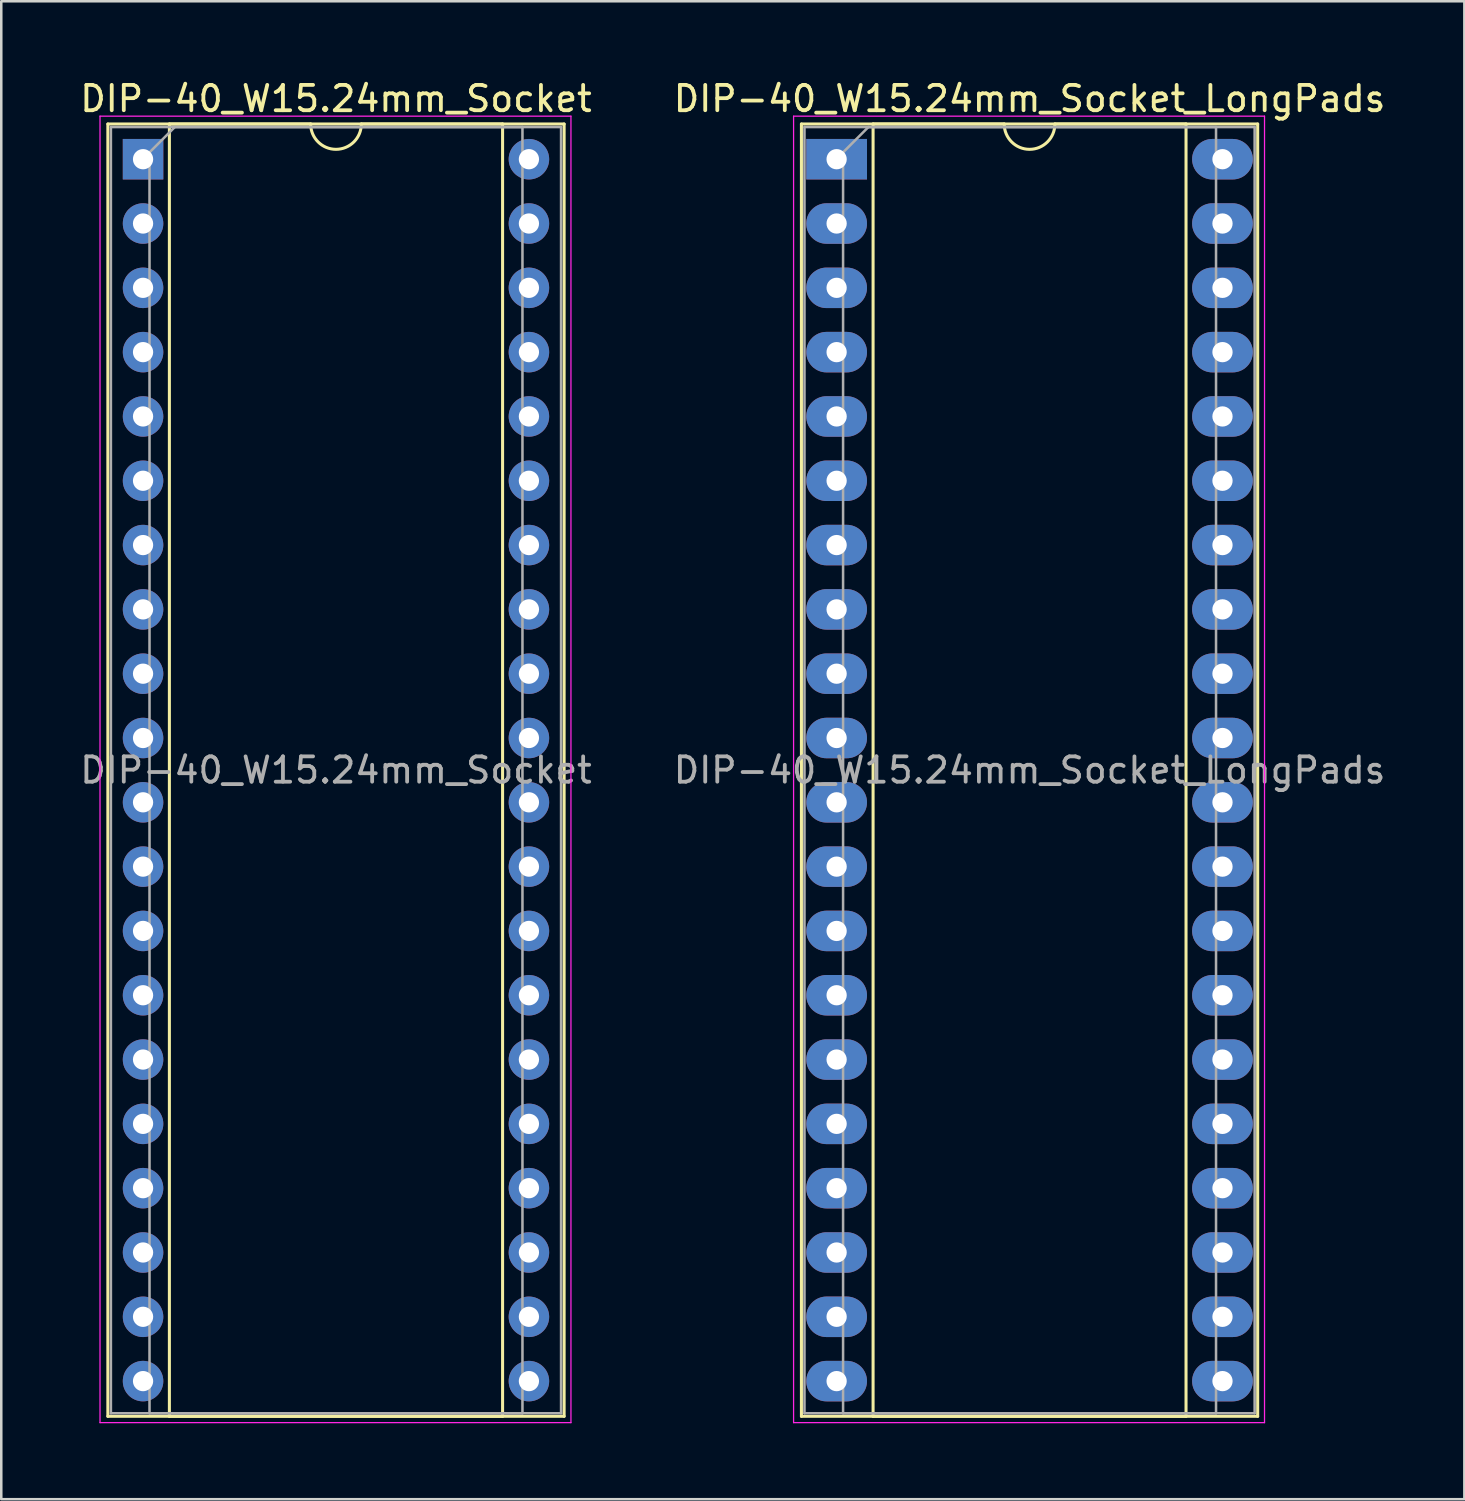
<source format=kicad_pcb>
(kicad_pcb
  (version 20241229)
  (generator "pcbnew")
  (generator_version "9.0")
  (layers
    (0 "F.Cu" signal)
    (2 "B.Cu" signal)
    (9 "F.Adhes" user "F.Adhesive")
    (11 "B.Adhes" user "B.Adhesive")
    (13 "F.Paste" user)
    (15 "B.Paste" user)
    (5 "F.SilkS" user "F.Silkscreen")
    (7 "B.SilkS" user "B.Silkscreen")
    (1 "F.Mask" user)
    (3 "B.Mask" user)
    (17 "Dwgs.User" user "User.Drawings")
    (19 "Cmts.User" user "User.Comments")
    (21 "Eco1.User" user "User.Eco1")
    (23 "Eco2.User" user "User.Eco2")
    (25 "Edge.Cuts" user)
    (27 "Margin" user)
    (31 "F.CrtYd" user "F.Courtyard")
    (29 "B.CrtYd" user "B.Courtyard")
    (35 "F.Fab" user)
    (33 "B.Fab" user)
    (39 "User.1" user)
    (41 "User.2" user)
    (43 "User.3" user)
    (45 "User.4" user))
  (footprint "DIP-40_W15.24mm_Socket"
    (layer "F.Cu")
    (at 2.6 3.238)
    (property "Reference" "DIP-40_W15.24mm_Socket" (at 7.62 -2.39 0) (layer "F.SilkS") (effects (font (size 1 1) (thickness 0.15))))
    (attr through_hole)
    (fp_line (start -1.39 -1.39) (end -1.39 49.65) (stroke (width 0.12) (type solid)) (layer "F.SilkS"))
    (fp_line (start -1.39 49.65) (end 16.63 49.65) (stroke (width 0.12) (type solid)) (layer "F.SilkS"))
    (fp_line (start 1.04 -1.39) (end 1.04 49.65) (stroke (width 0.12) (type solid)) (layer "F.SilkS"))
    (fp_line (start 1.04 49.65) (end 14.2 49.65) (stroke (width 0.12) (type solid)) (layer "F.SilkS"))
    (fp_line (start 6.62 -1.39) (end 1.04 -1.39) (stroke (width 0.12) (type solid)) (layer "F.SilkS"))
    (fp_line (start 14.2 -1.39) (end 8.62 -1.39) (stroke (width 0.12) (type solid)) (layer "F.SilkS"))
    (fp_line (start 14.2 49.65) (end 14.2 -1.39) (stroke (width 0.12) (type solid)) (layer "F.SilkS"))
    (fp_line (start 16.63 -1.39) (end -1.39 -1.39) (stroke (width 0.12) (type solid)) (layer "F.SilkS"))
    (fp_line (start 16.63 49.65) (end 16.63 -1.39) (stroke (width 0.12) (type solid)) (layer "F.SilkS"))
    (fp_arc (start 8.62 -1.39) (mid 7.62 -0.39) (end 6.62 -1.39) (stroke (width 0.12) (type solid)) (layer "F.SilkS"))
    (fp_line (start -1.7 -1.7) (end -1.7 49.9) (stroke (width 0.05) (type solid)) (layer "F.CrtYd"))
    (fp_line (start -1.7 49.9) (end 16.9 49.9) (stroke (width 0.05) (type solid)) (layer "F.CrtYd"))
    (fp_line (start 16.9 -1.7) (end -1.7 -1.7) (stroke (width 0.05) (type solid)) (layer "F.CrtYd"))
    (fp_line (start 16.9 49.9) (end 16.9 -1.7) (stroke (width 0.05) (type solid)) (layer "F.CrtYd"))
    (fp_line (start -1.27 -1.27) (end -1.27 49.53) (stroke (width 0.1) (type solid)) (layer "F.Fab"))
    (fp_line (start -1.27 49.53) (end 16.51 49.53) (stroke (width 0.1) (type solid)) (layer "F.Fab"))
    (fp_line (start 0.255 -0.27) (end 1.255 -1.27) (stroke (width 0.1) (type solid)) (layer "F.Fab"))
    (fp_line (start 0.255 49.53) (end 0.255 -0.27) (stroke (width 0.1) (type solid)) (layer "F.Fab"))
    (fp_line (start 1.255 -1.27) (end 14.985 -1.27) (stroke (width 0.1) (type solid)) (layer "F.Fab"))
    (fp_line (start 14.985 -1.27) (end 14.985 49.53) (stroke (width 0.1) (type solid)) (layer "F.Fab"))
    (fp_line (start 14.985 49.53) (end 0.255 49.53) (stroke (width 0.1) (type solid)) (layer "F.Fab"))
    (fp_line (start 16.51 -1.27) (end -1.27 -1.27) (stroke (width 0.1) (type solid)) (layer "F.Fab"))
    (fp_line (start 16.51 49.53) (end 16.51 -1.27) (stroke (width 0.1) (type solid)) (layer "F.Fab"))
    (fp_text user "${REFERENCE}" (at 7.62 24.13 0) (layer "F.Fab") (effects (font (size 1 1) (thickness 0.15))))
    (pad "1" thru_hole rect (at 0 0) (size 1.6 1.6) (drill 0.8) (layers "*.Cu" "*.Mask"))
    (pad "2" thru_hole oval (at 0 2.54) (size 1.6 1.6) (drill 0.8) (layers "*.Cu" "*.Mask"))
    (pad "3" thru_hole oval (at 0 5.08) (size 1.6 1.6) (drill 0.8) (layers "*.Cu" "*.Mask"))
    (pad "4" thru_hole oval (at 0 7.62) (size 1.6 1.6) (drill 0.8) (layers "*.Cu" "*.Mask"))
    (pad "5" thru_hole oval (at 0 10.16) (size 1.6 1.6) (drill 0.8) (layers "*.Cu" "*.Mask"))
    (pad "6" thru_hole oval (at 0 12.7) (size 1.6 1.6) (drill 0.8) (layers "*.Cu" "*.Mask"))
    (pad "7" thru_hole oval (at 0 15.24) (size 1.6 1.6) (drill 0.8) (layers "*.Cu" "*.Mask"))
    (pad "8" thru_hole oval (at 0 17.78) (size 1.6 1.6) (drill 0.8) (layers "*.Cu" "*.Mask"))
    (pad "9" thru_hole oval (at 0 20.32) (size 1.6 1.6) (drill 0.8) (layers "*.Cu" "*.Mask"))
    (pad "10" thru_hole oval (at 0 22.86) (size 1.6 1.6) (drill 0.8) (layers "*.Cu" "*.Mask"))
    (pad "11" thru_hole oval (at 0 25.4) (size 1.6 1.6) (drill 0.8) (layers "*.Cu" "*.Mask"))
    (pad "12" thru_hole oval (at 0 27.94) (size 1.6 1.6) (drill 0.8) (layers "*.Cu" "*.Mask"))
    (pad "13" thru_hole oval (at 0 30.48) (size 1.6 1.6) (drill 0.8) (layers "*.Cu" "*.Mask"))
    (pad "14" thru_hole oval (at 0 33.02) (size 1.6 1.6) (drill 0.8) (layers "*.Cu" "*.Mask"))
    (pad "15" thru_hole oval (at 0 35.56) (size 1.6 1.6) (drill 0.8) (layers "*.Cu" "*.Mask"))
    (pad "16" thru_hole oval (at 0 38.1) (size 1.6 1.6) (drill 0.8) (layers "*.Cu" "*.Mask"))
    (pad "17" thru_hole oval (at 0 40.64) (size 1.6 1.6) (drill 0.8) (layers "*.Cu" "*.Mask"))
    (pad "18" thru_hole oval (at 0 43.18) (size 1.6 1.6) (drill 0.8) (layers "*.Cu" "*.Mask"))
    (pad "19" thru_hole oval (at 0 45.72) (size 1.6 1.6) (drill 0.8) (layers "*.Cu" "*.Mask"))
    (pad "20" thru_hole oval (at 0 48.26) (size 1.6 1.6) (drill 0.8) (layers "*.Cu" "*.Mask"))
    (pad "21" thru_hole oval (at 15.24 48.26) (size 1.6 1.6) (drill 0.8) (layers "*.Cu" "*.Mask"))
    (pad "22" thru_hole oval (at 15.24 45.72) (size 1.6 1.6) (drill 0.8) (layers "*.Cu" "*.Mask"))
    (pad "23" thru_hole oval (at 15.24 43.18) (size 1.6 1.6) (drill 0.8) (layers "*.Cu" "*.Mask"))
    (pad "24" thru_hole oval (at 15.24 40.64) (size 1.6 1.6) (drill 0.8) (layers "*.Cu" "*.Mask"))
    (pad "25" thru_hole oval (at 15.24 38.1) (size 1.6 1.6) (drill 0.8) (layers "*.Cu" "*.Mask"))
    (pad "26" thru_hole oval (at 15.24 35.56) (size 1.6 1.6) (drill 0.8) (layers "*.Cu" "*.Mask"))
    (pad "27" thru_hole oval (at 15.24 33.02) (size 1.6 1.6) (drill 0.8) (layers "*.Cu" "*.Mask"))
    (pad "28" thru_hole oval (at 15.24 30.48) (size 1.6 1.6) (drill 0.8) (layers "*.Cu" "*.Mask"))
    (pad "29" thru_hole oval (at 15.24 27.94) (size 1.6 1.6) (drill 0.8) (layers "*.Cu" "*.Mask"))
    (pad "30" thru_hole oval (at 15.24 25.4) (size 1.6 1.6) (drill 0.8) (layers "*.Cu" "*.Mask"))
    (pad "31" thru_hole oval (at 15.24 22.86) (size 1.6 1.6) (drill 0.8) (layers "*.Cu" "*.Mask"))
    (pad "32" thru_hole oval (at 15.24 20.32) (size 1.6 1.6) (drill 0.8) (layers "*.Cu" "*.Mask"))
    (pad "33" thru_hole oval (at 15.24 17.78) (size 1.6 1.6) (drill 0.8) (layers "*.Cu" "*.Mask"))
    (pad "34" thru_hole oval (at 15.24 15.24) (size 1.6 1.6) (drill 0.8) (layers "*.Cu" "*.Mask"))
    (pad "35" thru_hole oval (at 15.24 12.7) (size 1.6 1.6) (drill 0.8) (layers "*.Cu" "*.Mask"))
    (pad "36" thru_hole oval (at 15.24 10.16) (size 1.6 1.6) (drill 0.8) (layers "*.Cu" "*.Mask"))
    (pad "37" thru_hole oval (at 15.24 7.62) (size 1.6 1.6) (drill 0.8) (layers "*.Cu" "*.Mask"))
    (pad "38" thru_hole oval (at 15.24 5.08) (size 1.6 1.6) (drill 0.8) (layers "*.Cu" "*.Mask"))
    (pad "39" thru_hole oval (at 15.24 2.54) (size 1.6 1.6) (drill 0.8) (layers "*.Cu" "*.Mask"))
    (pad "40" thru_hole oval (at 15.24 0) (size 1.6 1.6) (drill 0.8) (layers "*.Cu" "*.Mask")))
  (footprint "DIP-40_W15.24mm_Socket_LongPads"
    (layer "F.Cu")
    (at 29.993 3.238)
    (property "Reference" "DIP-40_W15.24mm_Socket_LongPads" (at 7.62 -2.39 0) (layer "F.SilkS") (effects (font (size 1 1) (thickness 0.15))))
    (attr through_hole)
    (fp_line (start -1.39 -1.39) (end -1.39 49.65) (stroke (width 0.12) (type solid)) (layer "F.SilkS"))
    (fp_line (start -1.39 49.65) (end 16.63 49.65) (stroke (width 0.12) (type solid)) (layer "F.SilkS"))
    (fp_line (start 1.44 -1.39) (end 1.44 49.65) (stroke (width 0.12) (type solid)) (layer "F.SilkS"))
    (fp_line (start 1.44 49.65) (end 13.8 49.65) (stroke (width 0.12) (type solid)) (layer "F.SilkS"))
    (fp_line (start 6.62 -1.39) (end 1.44 -1.39) (stroke (width 0.12) (type solid)) (layer "F.SilkS"))
    (fp_line (start 13.8 -1.39) (end 8.62 -1.39) (stroke (width 0.12) (type solid)) (layer "F.SilkS"))
    (fp_line (start 13.8 49.65) (end 13.8 -1.39) (stroke (width 0.12) (type solid)) (layer "F.SilkS"))
    (fp_line (start 16.63 -1.39) (end -1.39 -1.39) (stroke (width 0.12) (type solid)) (layer "F.SilkS"))
    (fp_line (start 16.63 49.65) (end 16.63 -1.39) (stroke (width 0.12) (type solid)) (layer "F.SilkS"))
    (fp_arc (start 8.62 -1.39) (mid 7.62 -0.39) (end 6.62 -1.39) (stroke (width 0.12) (type solid)) (layer "F.SilkS"))
    (fp_line (start -1.7 -1.7) (end -1.7 49.9) (stroke (width 0.05) (type solid)) (layer "F.CrtYd"))
    (fp_line (start -1.7 49.9) (end 16.9 49.9) (stroke (width 0.05) (type solid)) (layer "F.CrtYd"))
    (fp_line (start 16.9 -1.7) (end -1.7 -1.7) (stroke (width 0.05) (type solid)) (layer "F.CrtYd"))
    (fp_line (start 16.9 49.9) (end 16.9 -1.7) (stroke (width 0.05) (type solid)) (layer "F.CrtYd"))
    (fp_line (start -1.27 -1.27) (end -1.27 49.53) (stroke (width 0.1) (type solid)) (layer "F.Fab"))
    (fp_line (start -1.27 49.53) (end 16.51 49.53) (stroke (width 0.1) (type solid)) (layer "F.Fab"))
    (fp_line (start 0.255 -0.27) (end 1.255 -1.27) (stroke (width 0.1) (type solid)) (layer "F.Fab"))
    (fp_line (start 0.255 49.53) (end 0.255 -0.27) (stroke (width 0.1) (type solid)) (layer "F.Fab"))
    (fp_line (start 1.255 -1.27) (end 14.985 -1.27) (stroke (width 0.1) (type solid)) (layer "F.Fab"))
    (fp_line (start 14.985 -1.27) (end 14.985 49.53) (stroke (width 0.1) (type solid)) (layer "F.Fab"))
    (fp_line (start 14.985 49.53) (end 0.255 49.53) (stroke (width 0.1) (type solid)) (layer "F.Fab"))
    (fp_line (start 16.51 -1.27) (end -1.27 -1.27) (stroke (width 0.1) (type solid)) (layer "F.Fab"))
    (fp_line (start 16.51 49.53) (end 16.51 -1.27) (stroke (width 0.1) (type solid)) (layer "F.Fab"))
    (fp_text user "${REFERENCE}" (at 7.62 24.13 0) (layer "F.Fab") (effects (font (size 1 1) (thickness 0.15))))
    (pad "1" thru_hole rect (at 0 0) (size 2.4 1.6) (drill 0.8) (layers "*.Cu" "*.Mask"))
    (pad "2" thru_hole oval (at 0 2.54) (size 2.4 1.6) (drill 0.8) (layers "*.Cu" "*.Mask"))
    (pad "3" thru_hole oval (at 0 5.08) (size 2.4 1.6) (drill 0.8) (layers "*.Cu" "*.Mask"))
    (pad "4" thru_hole oval (at 0 7.62) (size 2.4 1.6) (drill 0.8) (layers "*.Cu" "*.Mask"))
    (pad "5" thru_hole oval (at 0 10.16) (size 2.4 1.6) (drill 0.8) (layers "*.Cu" "*.Mask"))
    (pad "6" thru_hole oval (at 0 12.7) (size 2.4 1.6) (drill 0.8) (layers "*.Cu" "*.Mask"))
    (pad "7" thru_hole oval (at 0 15.24) (size 2.4 1.6) (drill 0.8) (layers "*.Cu" "*.Mask"))
    (pad "8" thru_hole oval (at 0 17.78) (size 2.4 1.6) (drill 0.8) (layers "*.Cu" "*.Mask"))
    (pad "9" thru_hole oval (at 0 20.32) (size 2.4 1.6) (drill 0.8) (layers "*.Cu" "*.Mask"))
    (pad "10" thru_hole oval (at 0 22.86) (size 2.4 1.6) (drill 0.8) (layers "*.Cu" "*.Mask"))
    (pad "11" thru_hole oval (at 0 25.4) (size 2.4 1.6) (drill 0.8) (layers "*.Cu" "*.Mask"))
    (pad "12" thru_hole oval (at 0 27.94) (size 2.4 1.6) (drill 0.8) (layers "*.Cu" "*.Mask"))
    (pad "13" thru_hole oval (at 0 30.48) (size 2.4 1.6) (drill 0.8) (layers "*.Cu" "*.Mask"))
    (pad "14" thru_hole oval (at 0 33.02) (size 2.4 1.6) (drill 0.8) (layers "*.Cu" "*.Mask"))
    (pad "15" thru_hole oval (at 0 35.56) (size 2.4 1.6) (drill 0.8) (layers "*.Cu" "*.Mask"))
    (pad "16" thru_hole oval (at 0 38.1) (size 2.4 1.6) (drill 0.8) (layers "*.Cu" "*.Mask"))
    (pad "17" thru_hole oval (at 0 40.64) (size 2.4 1.6) (drill 0.8) (layers "*.Cu" "*.Mask"))
    (pad "18" thru_hole oval (at 0 43.18) (size 2.4 1.6) (drill 0.8) (layers "*.Cu" "*.Mask"))
    (pad "19" thru_hole oval (at 0 45.72) (size 2.4 1.6) (drill 0.8) (layers "*.Cu" "*.Mask"))
    (pad "20" thru_hole oval (at 0 48.26) (size 2.4 1.6) (drill 0.8) (layers "*.Cu" "*.Mask"))
    (pad "21" thru_hole oval (at 15.24 48.26) (size 2.4 1.6) (drill 0.8) (layers "*.Cu" "*.Mask"))
    (pad "22" thru_hole oval (at 15.24 45.72) (size 2.4 1.6) (drill 0.8) (layers "*.Cu" "*.Mask"))
    (pad "23" thru_hole oval (at 15.24 43.18) (size 2.4 1.6) (drill 0.8) (layers "*.Cu" "*.Mask"))
    (pad "24" thru_hole oval (at 15.24 40.64) (size 2.4 1.6) (drill 0.8) (layers "*.Cu" "*.Mask"))
    (pad "25" thru_hole oval (at 15.24 38.1) (size 2.4 1.6) (drill 0.8) (layers "*.Cu" "*.Mask"))
    (pad "26" thru_hole oval (at 15.24 35.56) (size 2.4 1.6) (drill 0.8) (layers "*.Cu" "*.Mask"))
    (pad "27" thru_hole oval (at 15.24 33.02) (size 2.4 1.6) (drill 0.8) (layers "*.Cu" "*.Mask"))
    (pad "28" thru_hole oval (at 15.24 30.48) (size 2.4 1.6) (drill 0.8) (layers "*.Cu" "*.Mask"))
    (pad "29" thru_hole oval (at 15.24 27.94) (size 2.4 1.6) (drill 0.8) (layers "*.Cu" "*.Mask"))
    (pad "30" thru_hole oval (at 15.24 25.4) (size 2.4 1.6) (drill 0.8) (layers "*.Cu" "*.Mask"))
    (pad "31" thru_hole oval (at 15.24 22.86) (size 2.4 1.6) (drill 0.8) (layers "*.Cu" "*.Mask"))
    (pad "32" thru_hole oval (at 15.24 20.32) (size 2.4 1.6) (drill 0.8) (layers "*.Cu" "*.Mask"))
    (pad "33" thru_hole oval (at 15.24 17.78) (size 2.4 1.6) (drill 0.8) (layers "*.Cu" "*.Mask"))
    (pad "34" thru_hole oval (at 15.24 15.24) (size 2.4 1.6) (drill 0.8) (layers "*.Cu" "*.Mask"))
    (pad "35" thru_hole oval (at 15.24 12.7) (size 2.4 1.6) (drill 0.8) (layers "*.Cu" "*.Mask"))
    (pad "36" thru_hole oval (at 15.24 10.16) (size 2.4 1.6) (drill 0.8) (layers "*.Cu" "*.Mask"))
    (pad "37" thru_hole oval (at 15.24 7.62) (size 2.4 1.6) (drill 0.8) (layers "*.Cu" "*.Mask"))
    (pad "38" thru_hole oval (at 15.24 5.08) (size 2.4 1.6) (drill 0.8) (layers "*.Cu" "*.Mask"))
    (pad "39" thru_hole oval (at 15.24 2.54) (size 2.4 1.6) (drill 0.8) (layers "*.Cu" "*.Mask"))
    (pad "40" thru_hole oval (at 15.24 0) (size 2.4 1.6) (drill 0.8) (layers "*.Cu" "*.Mask")))
  (gr_rect
    (start -3 -3)
    (end 54.786 56.163)
    (stroke (width 0.1) (type default))
    (fill no)
    (layer "Edge.Cuts")))
</source>
